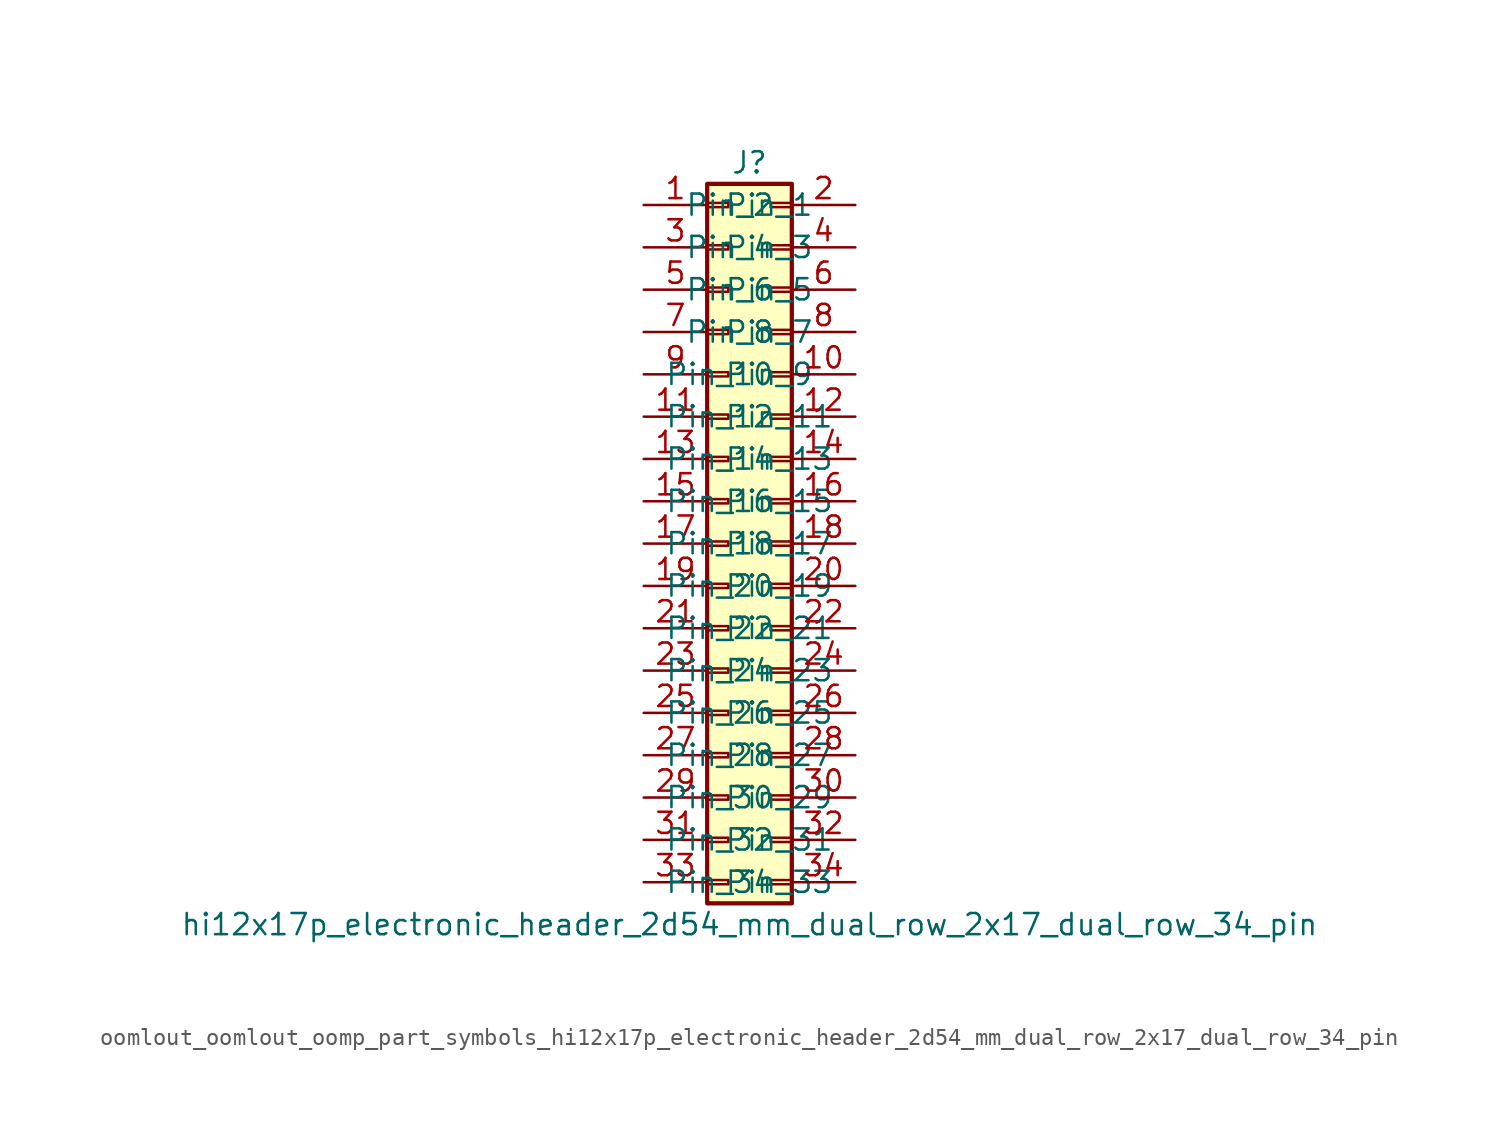
<source format=kicad_sym>
(kicad_symbol_lib
  (version 20220914)
  (generator kicad_symbol_editor)
  (symbol "oomlout_oomlout_oomp_part_symbols_hi12x17p_electronic_header_2d54_mm_dual_row_2x17_dual_row_34_pin"
    (pin_names
      (offset 1.016))
    (property "Reference" "J"
      (at 1.27 22.86 0)
      (effects (font (size 1.27 1.27))))
    (property "Value" "hi12x17p_electronic_header_2d54_mm_dual_row_2x17_dual_row_34_pin"
      (at 1.27 -22.86 0)
      (effects (font (size 1.27 1.27))))
    (symbol "oomlout_oomlout_oomp_part_symbols_hi12x17p_electronic_header_2d54_mm_dual_row_2x17_dual_row_34_pin_1_1"
      (rectangle (start -1.27 -20.193) (end 0 -20.447) (stroke (width 0.152) (type default)) (fill (type none)))
      (rectangle (start -1.27 -17.653) (end 0 -17.907) (stroke (width 0.152) (type default)) (fill (type none)))
      (rectangle (start -1.27 -15.113) (end 0 -15.367) (stroke (width 0.152) (type default)) (fill (type none)))
      (rectangle (start -1.27 -12.573) (end 0 -12.827) (stroke (width 0.152) (type default)) (fill (type none)))
      (rectangle (start -1.27 -10.033) (end 0 -10.287) (stroke (width 0.152) (type default)) (fill (type none)))
      (rectangle (start -1.27 -7.493) (end 0 -7.747) (stroke (width 0.152) (type default)) (fill (type none)))
      (rectangle (start -1.27 -4.953) (end 0 -5.207) (stroke (width 0.152) (type default)) (fill (type none)))
      (rectangle (start -1.27 -2.413) (end 0 -2.667) (stroke (width 0.152) (type default)) (fill (type none)))
      (rectangle (start -1.27 0.127) (end 0 -0.127) (stroke (width 0.152) (type default)) (fill (type none)))
      (rectangle (start -1.27 2.667) (end 0 2.413) (stroke (width 0.152) (type default)) (fill (type none)))
      (rectangle (start -1.27 5.207) (end 0 4.953) (stroke (width 0.152) (type default)) (fill (type none)))
      (rectangle (start -1.27 7.747) (end 0 7.493) (stroke (width 0.152) (type default)) (fill (type none)))
      (rectangle (start -1.27 10.287) (end 0 10.033) (stroke (width 0.152) (type default)) (fill (type none)))
      (rectangle (start -1.27 12.827) (end 0 12.573) (stroke (width 0.152) (type default)) (fill (type none)))
      (rectangle (start -1.27 15.367) (end 0 15.113) (stroke (width 0.152) (type default)) (fill (type none)))
      (rectangle (start -1.27 17.907) (end 0 17.653) (stroke (width 0.152) (type default)) (fill (type none)))
      (rectangle (start -1.27 20.447) (end 0 20.193) (stroke (width 0.152) (type default)) (fill (type none)))
      (rectangle (start -1.27 21.59) (end 3.81 -21.59) (stroke (width 0.254) (type default)) (fill (type background)))
      (rectangle (start 3.81 -20.193) (end 2.54 -20.447) (stroke (width 0.152) (type default)) (fill (type none)))
      (rectangle (start 3.81 -17.653) (end 2.54 -17.907) (stroke (width 0.152) (type default)) (fill (type none)))
      (rectangle (start 3.81 -15.113) (end 2.54 -15.367) (stroke (width 0.152) (type default)) (fill (type none)))
      (rectangle (start 3.81 -12.573) (end 2.54 -12.827) (stroke (width 0.152) (type default)) (fill (type none)))
      (rectangle (start 3.81 -10.033) (end 2.54 -10.287) (stroke (width 0.152) (type default)) (fill (type none)))
      (rectangle (start 3.81 -7.493) (end 2.54 -7.747) (stroke (width 0.152) (type default)) (fill (type none)))
      (rectangle (start 3.81 -4.953) (end 2.54 -5.207) (stroke (width 0.152) (type default)) (fill (type none)))
      (rectangle (start 3.81 -2.413) (end 2.54 -2.667) (stroke (width 0.152) (type default)) (fill (type none)))
      (rectangle (start 3.81 0.127) (end 2.54 -0.127) (stroke (width 0.152) (type default)) (fill (type none)))
      (rectangle (start 3.81 2.667) (end 2.54 2.413) (stroke (width 0.152) (type default)) (fill (type none)))
      (rectangle (start 3.81 5.207) (end 2.54 4.953) (stroke (width 0.152) (type default)) (fill (type none)))
      (rectangle (start 3.81 7.747) (end 2.54 7.493) (stroke (width 0.152) (type default)) (fill (type none)))
      (rectangle (start 3.81 10.287) (end 2.54 10.033) (stroke (width 0.152) (type default)) (fill (type none)))
      (rectangle (start 3.81 12.827) (end 2.54 12.573) (stroke (width 0.152) (type default)) (fill (type none)))
      (rectangle (start 3.81 15.367) (end 2.54 15.113) (stroke (width 0.152) (type default)) (fill (type none)))
      (rectangle (start 3.81 17.907) (end 2.54 17.653) (stroke (width 0.152) (type default)) (fill (type none)))
      (rectangle (start 3.81 20.447) (end 2.54 20.193) (stroke (width 0.152) (type default)) (fill (type none)))
      (pin passive line (at -5.08 20.32 0) (length 3.81) (name "Pin_1" (effects (font (size 1.27 1.27)))) (number "1" (effects (font (size 1.27 1.27)))))
      (pin passive line (at 7.62 10.16 180) (length 3.81) (name "Pin_10" (effects (font (size 1.27 1.27)))) (number "10" (effects (font (size 1.27 1.27)))))
      (pin passive line (at -5.08 7.62 0) (length 3.81) (name "Pin_11" (effects (font (size 1.27 1.27)))) (number "11" (effects (font (size 1.27 1.27)))))
      (pin passive line (at 7.62 7.62 180) (length 3.81) (name "Pin_12" (effects (font (size 1.27 1.27)))) (number "12" (effects (font (size 1.27 1.27)))))
      (pin passive line (at -5.08 5.08 0) (length 3.81) (name "Pin_13" (effects (font (size 1.27 1.27)))) (number "13" (effects (font (size 1.27 1.27)))))
      (pin passive line (at 7.62 5.08 180) (length 3.81) (name "Pin_14" (effects (font (size 1.27 1.27)))) (number "14" (effects (font (size 1.27 1.27)))))
      (pin passive line (at -5.08 2.54 0) (length 3.81) (name "Pin_15" (effects (font (size 1.27 1.27)))) (number "15" (effects (font (size 1.27 1.27)))))
      (pin passive line (at 7.62 2.54 180) (length 3.81) (name "Pin_16" (effects (font (size 1.27 1.27)))) (number "16" (effects (font (size 1.27 1.27)))))
      (pin passive line (at -5.08 0 0) (length 3.81) (name "Pin_17" (effects (font (size 1.27 1.27)))) (number "17" (effects (font (size 1.27 1.27)))))
      (pin passive line (at 7.62 0 180) (length 3.81) (name "Pin_18" (effects (font (size 1.27 1.27)))) (number "18" (effects (font (size 1.27 1.27)))))
      (pin passive line (at -5.08 -2.54 0) (length 3.81) (name "Pin_19" (effects (font (size 1.27 1.27)))) (number "19" (effects (font (size 1.27 1.27)))))
      (pin passive line (at 7.62 20.32 180) (length 3.81) (name "Pin_2" (effects (font (size 1.27 1.27)))) (number "2" (effects (font (size 1.27 1.27)))))
      (pin passive line (at 7.62 -2.54 180) (length 3.81) (name "Pin_20" (effects (font (size 1.27 1.27)))) (number "20" (effects (font (size 1.27 1.27)))))
      (pin passive line (at -5.08 -5.08 0) (length 3.81) (name "Pin_21" (effects (font (size 1.27 1.27)))) (number "21" (effects (font (size 1.27 1.27)))))
      (pin passive line (at 7.62 -5.08 180) (length 3.81) (name "Pin_22" (effects (font (size 1.27 1.27)))) (number "22" (effects (font (size 1.27 1.27)))))
      (pin passive line (at -5.08 -7.62 0) (length 3.81) (name "Pin_23" (effects (font (size 1.27 1.27)))) (number "23" (effects (font (size 1.27 1.27)))))
      (pin passive line (at 7.62 -7.62 180) (length 3.81) (name "Pin_24" (effects (font (size 1.27 1.27)))) (number "24" (effects (font (size 1.27 1.27)))))
      (pin passive line (at -5.08 -10.16 0) (length 3.81) (name "Pin_25" (effects (font (size 1.27 1.27)))) (number "25" (effects (font (size 1.27 1.27)))))
      (pin passive line (at 7.62 -10.16 180) (length 3.81) (name "Pin_26" (effects (font (size 1.27 1.27)))) (number "26" (effects (font (size 1.27 1.27)))))
      (pin passive line (at -5.08 -12.7 0) (length 3.81) (name "Pin_27" (effects (font (size 1.27 1.27)))) (number "27" (effects (font (size 1.27 1.27)))))
      (pin passive line (at 7.62 -12.7 180) (length 3.81) (name "Pin_28" (effects (font (size 1.27 1.27)))) (number "28" (effects (font (size 1.27 1.27)))))
      (pin passive line (at -5.08 -15.24 0) (length 3.81) (name "Pin_29" (effects (font (size 1.27 1.27)))) (number "29" (effects (font (size 1.27 1.27)))))
      (pin passive line (at -5.08 17.78 0) (length 3.81) (name "Pin_3" (effects (font (size 1.27 1.27)))) (number "3" (effects (font (size 1.27 1.27)))))
      (pin passive line (at 7.62 -15.24 180) (length 3.81) (name "Pin_30" (effects (font (size 1.27 1.27)))) (number "30" (effects (font (size 1.27 1.27)))))
      (pin passive line (at -5.08 -17.78 0) (length 3.81) (name "Pin_31" (effects (font (size 1.27 1.27)))) (number "31" (effects (font (size 1.27 1.27)))))
      (pin passive line (at 7.62 -17.78 180) (length 3.81) (name "Pin_32" (effects (font (size 1.27 1.27)))) (number "32" (effects (font (size 1.27 1.27)))))
      (pin passive line (at -5.08 -20.32 0) (length 3.81) (name "Pin_33" (effects (font (size 1.27 1.27)))) (number "33" (effects (font (size 1.27 1.27)))))
      (pin passive line (at 7.62 -20.32 180) (length 3.81) (name "Pin_34" (effects (font (size 1.27 1.27)))) (number "34" (effects (font (size 1.27 1.27)))))
      (pin passive line (at 7.62 17.78 180) (length 3.81) (name "Pin_4" (effects (font (size 1.27 1.27)))) (number "4" (effects (font (size 1.27 1.27)))))
      (pin passive line (at -5.08 15.24 0) (length 3.81) (name "Pin_5" (effects (font (size 1.27 1.27)))) (number "5" (effects (font (size 1.27 1.27)))))
      (pin passive line (at 7.62 15.24 180) (length 3.81) (name "Pin_6" (effects (font (size 1.27 1.27)))) (number "6" (effects (font (size 1.27 1.27)))))
      (pin passive line (at -5.08 12.7 0) (length 3.81) (name "Pin_7" (effects (font (size 1.27 1.27)))) (number "7" (effects (font (size 1.27 1.27)))))
      (pin passive line (at 7.62 12.7 180) (length 3.81) (name "Pin_8" (effects (font (size 1.27 1.27)))) (number "8" (effects (font (size 1.27 1.27)))))
      (pin passive line (at -5.08 10.16 0) (length 3.81) (name "Pin_9" (effects (font (size 1.27 1.27)))) (number "9" (effects (font (size 1.27 1.27))))))))
</source>
